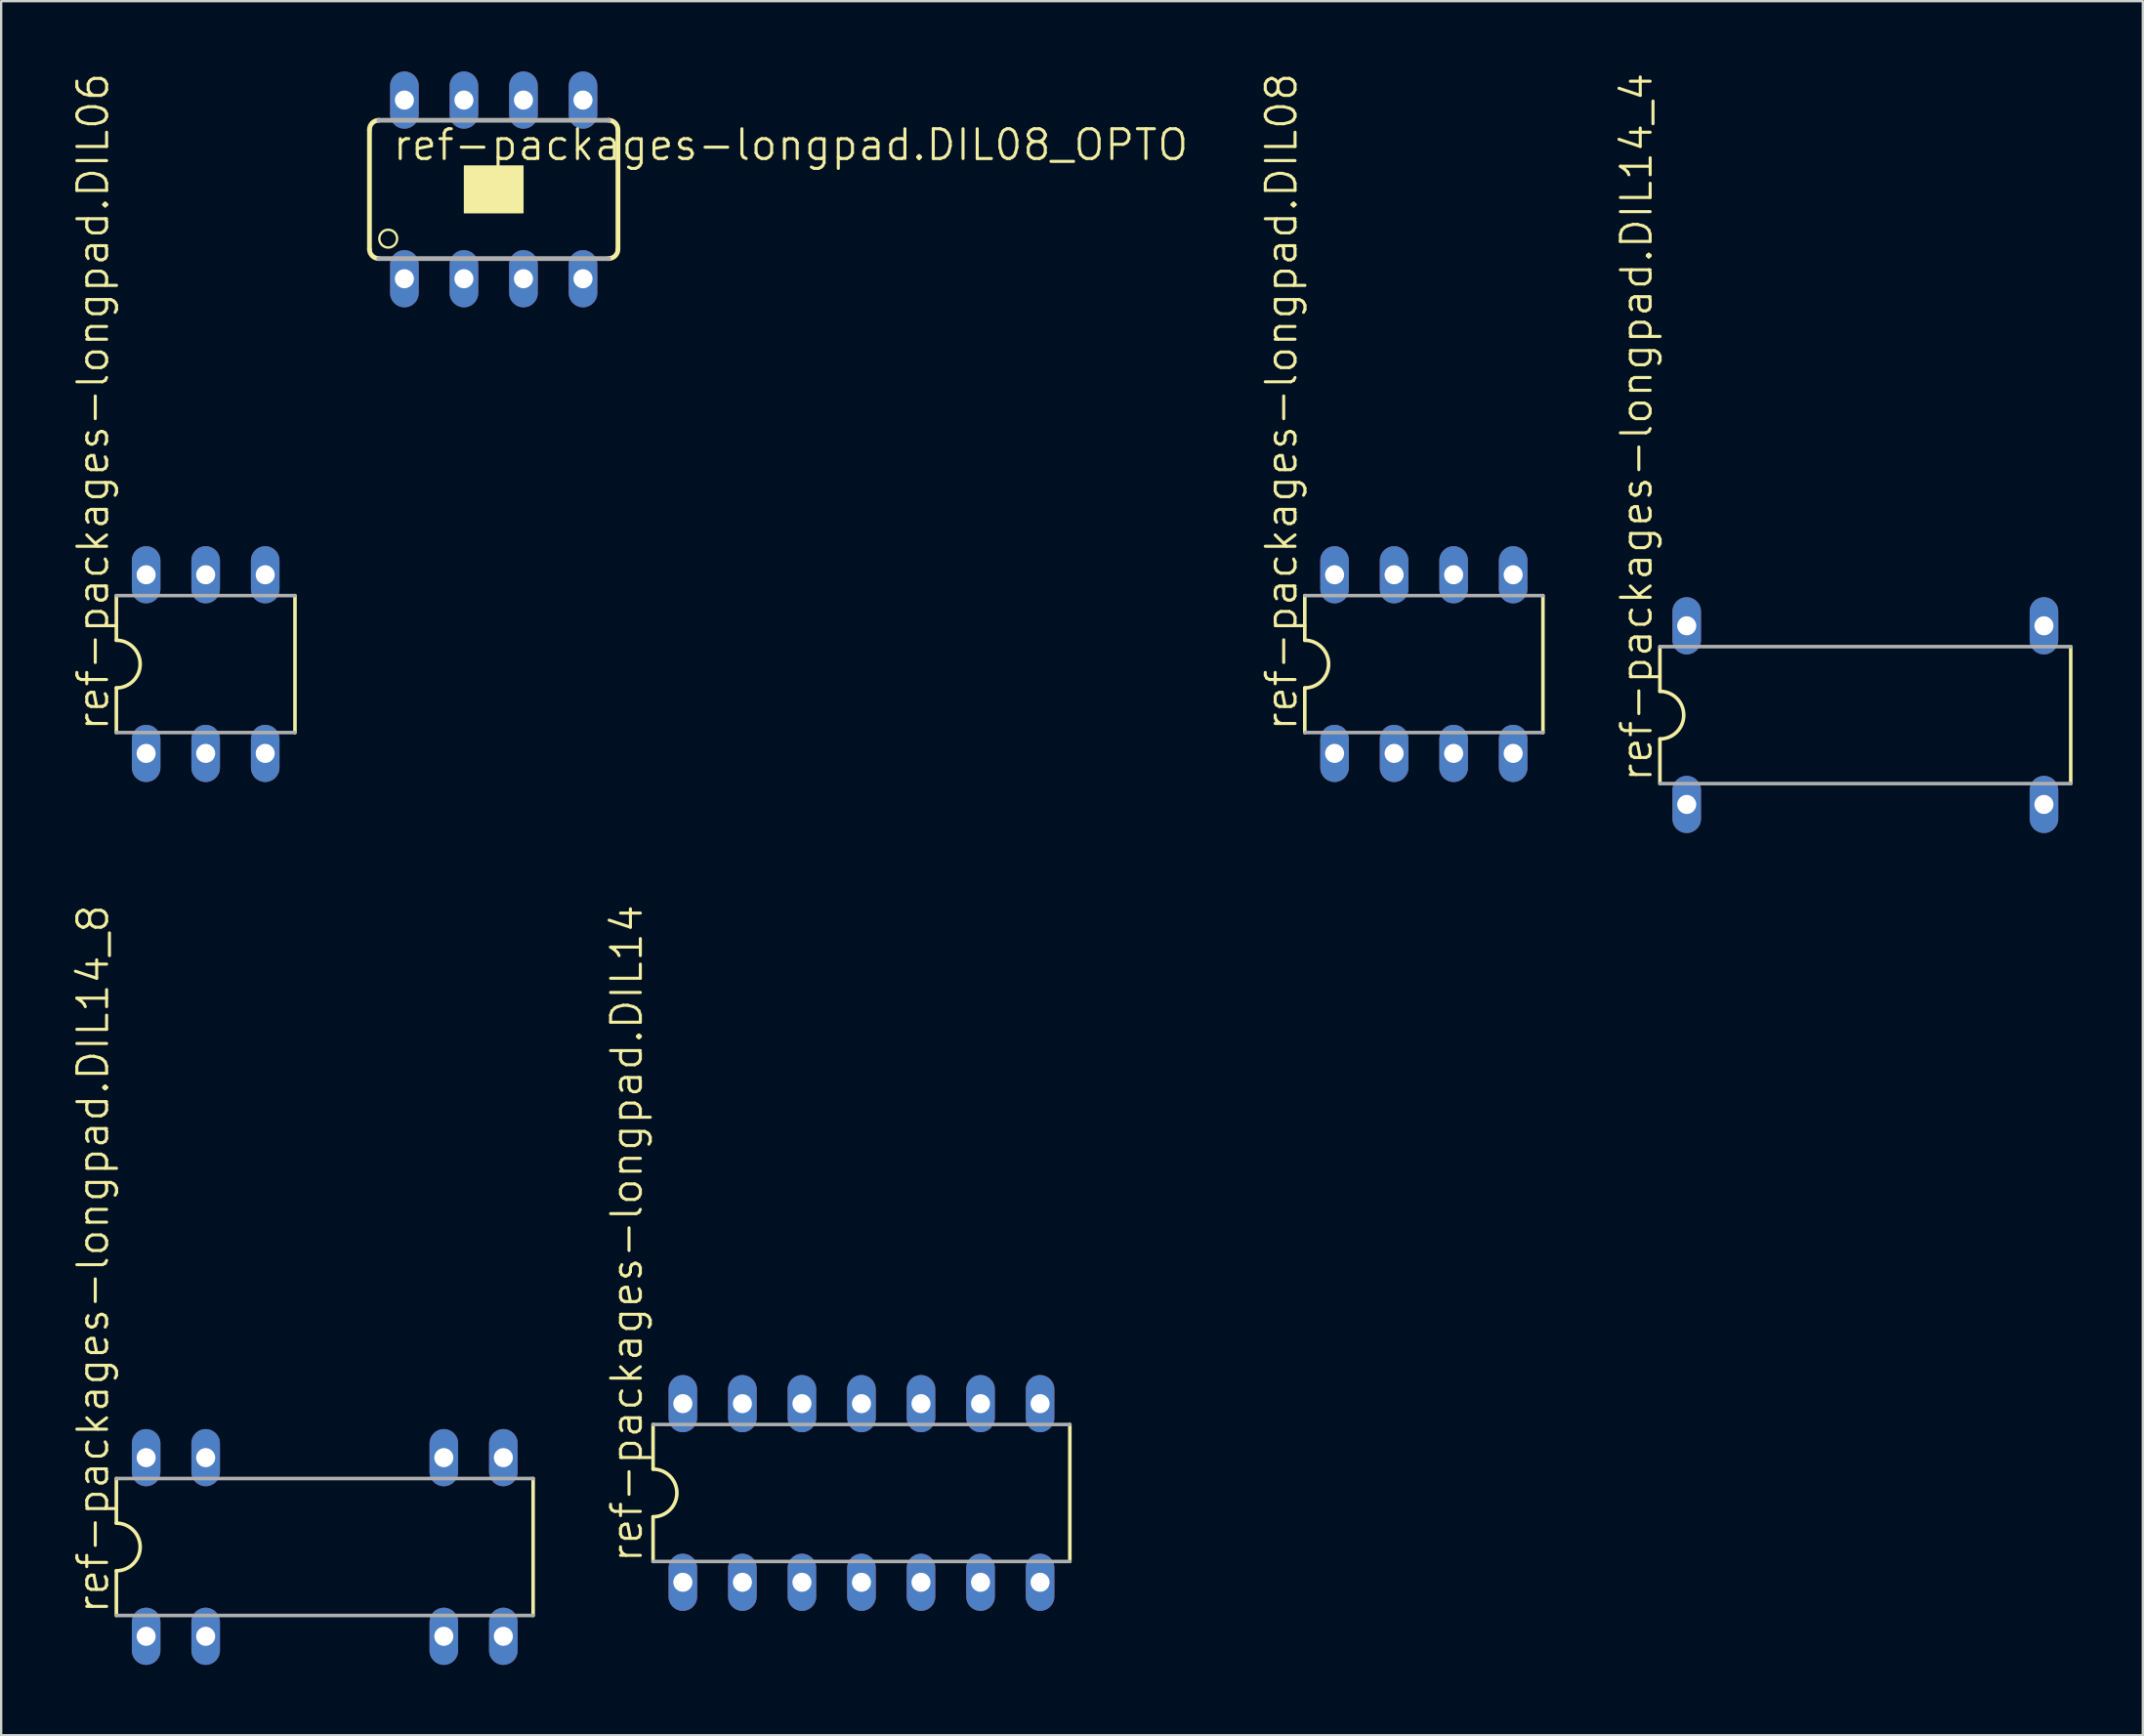
<source format=kicad_pcb>
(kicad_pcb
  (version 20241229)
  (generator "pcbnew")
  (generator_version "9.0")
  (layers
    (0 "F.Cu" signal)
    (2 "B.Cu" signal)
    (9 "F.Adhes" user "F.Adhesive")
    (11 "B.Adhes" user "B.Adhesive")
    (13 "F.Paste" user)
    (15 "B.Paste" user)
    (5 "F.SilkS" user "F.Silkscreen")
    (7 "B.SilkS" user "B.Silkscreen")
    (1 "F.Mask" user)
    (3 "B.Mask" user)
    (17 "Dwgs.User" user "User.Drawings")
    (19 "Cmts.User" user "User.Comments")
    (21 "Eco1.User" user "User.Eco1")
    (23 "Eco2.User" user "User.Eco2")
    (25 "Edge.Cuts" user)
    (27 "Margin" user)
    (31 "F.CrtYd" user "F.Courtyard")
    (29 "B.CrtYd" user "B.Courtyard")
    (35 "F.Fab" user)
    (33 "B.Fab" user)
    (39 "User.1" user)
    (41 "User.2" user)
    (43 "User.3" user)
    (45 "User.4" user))
  (footprint "ref-packages-longpad.DIL08"
    (layer "F.Cu")
    (at 57.694 25.276)
    (property "Reference" "ref-packages-longpad.DIL08" (at -5.334 2.921 90) (layer "F.SilkS") (effects (font (size 1.27 1.27) (thickness 0.13)) (justify left bottom)))
    (attr through_hole)
    (fp_line (start -5.08 -2.921) (end -5.08 -1.016) (stroke (width 0.152) (type default)) (layer "F.SilkS"))
    (fp_line (start -5.08 2.921) (end -5.08 1.016) (stroke (width 0.152) (type default)) (layer "F.SilkS"))
    (fp_line (start 5.08 -2.921) (end 5.08 2.921) (stroke (width 0.152) (type default)) (layer "F.SilkS"))
    (fp_arc (start -5.08 -1.016) (mid -4.064 0) (end -5.08 1.016) (stroke (width 0.1524) (type default)) (layer "F.SilkS"))
    (fp_line (start -5.08 2.921) (end 5.08 2.921) (stroke (width 0.152) (type default)) (layer "F.Fab"))
    (fp_line (start 5.08 -2.921) (end -5.08 -2.921) (stroke (width 0.152) (type default)) (layer "F.Fab"))
    (pad "1" thru_hole oval (at -3.81 3.81 90) (size 2.438 1.219) (drill 0.813) (layers "*.Cu" "*.Mask"))
    (pad "2" thru_hole oval (at -1.27 3.81 90) (size 2.438 1.219) (drill 0.813) (layers "*.Cu" "*.Mask"))
    (pad "3" thru_hole oval (at 1.27 3.81 90) (size 2.438 1.219) (drill 0.813) (layers "*.Cu" "*.Mask"))
    (pad "4" thru_hole oval (at 3.81 3.81 90) (size 2.438 1.219) (drill 0.813) (layers "*.Cu" "*.Mask"))
    (pad "5" thru_hole oval (at 3.81 -3.81 90) (size 2.438 1.219) (drill 0.813) (layers "*.Cu" "*.Mask"))
    (pad "6" thru_hole oval (at 1.27 -3.81 90) (size 2.438 1.219) (drill 0.813) (layers "*.Cu" "*.Mask"))
    (pad "7" thru_hole oval (at -1.27 -3.81 90) (size 2.438 1.219) (drill 0.813) (layers "*.Cu" "*.Mask"))
    (pad "8" thru_hole oval (at -3.81 -3.81 90) (size 2.438 1.219) (drill 0.813) (layers "*.Cu" "*.Mask")))
  (footprint "ref-packages-longpad.DIL06"
    (layer "F.Cu")
    (at 5.724 25.276)
    (property "Reference" "ref-packages-longpad.DIL06" (at -4.064 2.921 90) (layer "F.SilkS") (effects (font (size 1.27 1.27) (thickness 0.13)) (justify left bottom)))
    (attr through_hole)
    (fp_line (start -3.81 -2.921) (end -3.81 -1.016) (stroke (width 0.152) (type default)) (layer "F.SilkS"))
    (fp_line (start -3.81 2.921) (end -3.81 1.016) (stroke (width 0.152) (type default)) (layer "F.SilkS"))
    (fp_line (start 3.81 -2.921) (end 3.81 2.921) (stroke (width 0.152) (type default)) (layer "F.SilkS"))
    (fp_arc (start -3.81 -1.016) (mid -2.794 0) (end -3.81 1.016) (stroke (width 0.1524) (type default)) (layer "F.SilkS"))
    (fp_line (start -3.81 2.921) (end 3.81 2.921) (stroke (width 0.152) (type default)) (layer "F.Fab"))
    (fp_line (start 3.81 -2.921) (end -3.81 -2.921) (stroke (width 0.152) (type default)) (layer "F.Fab"))
    (pad "1" thru_hole oval (at -2.54 3.81 90) (size 2.438 1.219) (drill 0.813) (layers "*.Cu" "*.Mask"))
    (pad "2" thru_hole oval (at 0 3.81 90) (size 2.438 1.219) (drill 0.813) (layers "*.Cu" "*.Mask"))
    (pad "3" thru_hole oval (at 2.54 3.81 90) (size 2.438 1.219) (drill 0.813) (layers "*.Cu" "*.Mask"))
    (pad "4" thru_hole oval (at 2.54 -3.81 90) (size 2.438 1.219) (drill 0.813) (layers "*.Cu" "*.Mask"))
    (pad "5" thru_hole oval (at 0 -3.81 90) (size 2.438 1.219) (drill 0.813) (layers "*.Cu" "*.Mask"))
    (pad "6" thru_hole oval (at -2.54 -3.81 90) (size 2.438 1.219) (drill 0.813) (layers "*.Cu" "*.Mask")))
  (footprint "ref-packages-longpad.DIL08_OPTO"
    (layer "F.Cu")
    (at 18.012 5.029)
    (property "Reference" "ref-packages-longpad.DIL08_OPTO" (at -4.375 -1.156 0) (layer "F.SilkS") (effects (font (size 1.27 1.27) (thickness 0.13)) (justify left bottom)))
    (attr through_hole)
    (fp_line (start -5.3 -2.55) (end -5.3 2.55) (stroke (width 0.203) (type default)) (layer "F.SilkS"))
    (fp_line (start 5.3 2.55) (end 5.3 -2.55) (stroke (width 0.203) (type default)) (layer "F.SilkS"))
    (fp_rect (start -1.25 1) (end 1.25 -1) (stroke (width 0.05) (type default)) (fill yes) (layer "F.SilkS"))
    (fp_arc (start -5.3 -2.55) (mid -5.182843 -2.832843) (end -4.9 -2.95) (stroke (width 0.2032) (type default)) (layer "F.SilkS"))
    (fp_arc (start -4.9 2.95) (mid -5.182843 2.832843) (end -5.3 2.55) (stroke (width 0.2032) (type default)) (layer "F.SilkS"))
    (fp_arc (start 4.9 -2.95) (mid 5.182843 -2.832843) (end 5.3 -2.55) (stroke (width 0.2032) (type default)) (layer "F.SilkS"))
    (fp_arc (start 5.3 2.55) (mid 5.182843 2.832843) (end 4.9 2.95) (stroke (width 0.2032) (type default)) (layer "F.SilkS"))
    (fp_circle (center -4.5 2.1) (end -4.12 2.1) (stroke (width 0.1) (type default)) (fill no) (layer "F.SilkS"))
    (fp_circle (center 0 0.05) (end 0.01 0.05) (stroke (width 0.1) (type default)) (fill no) (layer "F.SilkS"))
    (fp_line (start -4.9 2.95) (end 4.9 2.95) (stroke (width 0.203) (type default)) (layer "F.Fab"))
    (fp_line (start 4.9 -2.95) (end -4.9 -2.95) (stroke (width 0.203) (type default)) (layer "F.Fab"))
    (pad "1" thru_hole oval (at -3.81 3.81 90) (size 2.438 1.219) (drill 0.813) (layers "*.Cu" "*.Mask"))
    (pad "2" thru_hole oval (at -1.27 3.81 90) (size 2.438 1.219) (drill 0.813) (layers "*.Cu" "*.Mask"))
    (pad "3" thru_hole oval (at 1.27 3.81 90) (size 2.438 1.219) (drill 0.813) (layers "*.Cu" "*.Mask"))
    (pad "4" thru_hole oval (at 3.81 3.81 90) (size 2.438 1.219) (drill 0.813) (layers "*.Cu" "*.Mask"))
    (pad "5" thru_hole oval (at 3.81 -3.81 90) (size 2.438 1.219) (drill 0.813) (layers "*.Cu" "*.Mask"))
    (pad "6" thru_hole oval (at 1.27 -3.81 90) (size 2.438 1.219) (drill 0.813) (layers "*.Cu" "*.Mask"))
    (pad "7" thru_hole oval (at -1.27 -3.81 90) (size 2.438 1.219) (drill 0.813) (layers "*.Cu" "*.Mask"))
    (pad "8" thru_hole oval (at -3.81 -3.81 90) (size 2.438 1.219) (drill 0.813) (layers "*.Cu" "*.Mask")))
  (footprint "ref-packages-longpad.DIL14"
    (layer "F.Cu")
    (at 33.701 60.631)
    (property "Reference" "ref-packages-longpad.DIL14" (at -9.271 3.048 90) (layer "F.SilkS") (effects (font (size 1.27 1.27) (thickness 0.13)) (justify left bottom)))
    (attr through_hole)
    (fp_line (start -8.89 -2.921) (end -8.89 -1.016) (stroke (width 0.152) (type default)) (layer "F.SilkS"))
    (fp_line (start -8.89 2.921) (end -8.89 1.016) (stroke (width 0.152) (type default)) (layer "F.SilkS"))
    (fp_line (start 8.89 -2.921) (end 8.89 2.921) (stroke (width 0.152) (type default)) (layer "F.SilkS"))
    (fp_arc (start -8.89 -1.016) (mid -7.874 0) (end -8.89 1.016) (stroke (width 0.1524) (type default)) (layer "F.SilkS"))
    (fp_line (start -8.89 2.921) (end 8.89 2.921) (stroke (width 0.152) (type default)) (layer "F.Fab"))
    (fp_line (start 8.89 -2.921) (end -8.89 -2.921) (stroke (width 0.152) (type default)) (layer "F.Fab"))
    (pad "1" thru_hole oval (at -7.62 3.81 90) (size 2.438 1.219) (drill 0.813) (layers "*.Cu" "*.Mask"))
    (pad "2" thru_hole oval (at -5.08 3.81 90) (size 2.438 1.219) (drill 0.813) (layers "*.Cu" "*.Mask"))
    (pad "3" thru_hole oval (at -2.54 3.81 90) (size 2.438 1.219) (drill 0.813) (layers "*.Cu" "*.Mask"))
    (pad "4" thru_hole oval (at 0 3.81 90) (size 2.438 1.219) (drill 0.813) (layers "*.Cu" "*.Mask"))
    (pad "5" thru_hole oval (at 2.54 3.81 90) (size 2.438 1.219) (drill 0.813) (layers "*.Cu" "*.Mask"))
    (pad "6" thru_hole oval (at 5.08 3.81 90) (size 2.438 1.219) (drill 0.813) (layers "*.Cu" "*.Mask"))
    (pad "7" thru_hole oval (at 7.62 3.81 90) (size 2.438 1.219) (drill 0.813) (layers "*.Cu" "*.Mask"))
    (pad "8" thru_hole oval (at 7.62 -3.81 90) (size 2.438 1.219) (drill 0.813) (layers "*.Cu" "*.Mask"))
    (pad "9" thru_hole oval (at 5.08 -3.81 90) (size 2.438 1.219) (drill 0.813) (layers "*.Cu" "*.Mask"))
    (pad "10" thru_hole oval (at 2.54 -3.81 90) (size 2.438 1.219) (drill 0.813) (layers "*.Cu" "*.Mask"))
    (pad "11" thru_hole oval (at 0 -3.81 90) (size 2.438 1.219) (drill 0.813) (layers "*.Cu" "*.Mask"))
    (pad "12" thru_hole oval (at -2.54 -3.81 90) (size 2.438 1.219) (drill 0.813) (layers "*.Cu" "*.Mask"))
    (pad "13" thru_hole oval (at -5.08 -3.81 90) (size 2.438 1.219) (drill 0.813) (layers "*.Cu" "*.Mask"))
    (pad "14" thru_hole oval (at -7.62 -3.81 90) (size 2.438 1.219) (drill 0.813) (layers "*.Cu" "*.Mask")))
  (footprint "ref-packages-longpad.DIL14_4"
    (layer "F.Cu")
    (at 76.527 27.453)
    (property "Reference" "ref-packages-longpad.DIL14_4" (at -9.017 2.921 90) (layer "F.SilkS") (effects (font (size 1.27 1.27) (thickness 0.13)) (justify left bottom)))
    (attr through_hole)
    (fp_line (start -8.763 -2.921) (end -8.763 -1.016) (stroke (width 0.152) (type default)) (layer "F.SilkS"))
    (fp_line (start -8.763 2.921) (end -8.763 1.016) (stroke (width 0.152) (type default)) (layer "F.SilkS"))
    (fp_line (start 8.763 -2.921) (end 8.763 2.921) (stroke (width 0.152) (type default)) (layer "F.SilkS"))
    (fp_arc (start -8.763 -1.016) (mid -7.747 0) (end -8.763 1.016) (stroke (width 0.1524) (type default)) (layer "F.SilkS"))
    (fp_line (start -8.763 2.921) (end 8.763 2.921) (stroke (width 0.152) (type default)) (layer "F.Fab"))
    (fp_line (start 8.763 -2.921) (end -8.763 -2.921) (stroke (width 0.152) (type default)) (layer "F.Fab"))
    (pad "1" thru_hole oval (at -7.62 3.81 90) (size 2.438 1.219) (drill 0.813) (layers "*.Cu" "*.Mask"))
    (pad "7" thru_hole oval (at 7.62 3.81 90) (size 2.438 1.219) (drill 0.813) (layers "*.Cu" "*.Mask"))
    (pad "8" thru_hole oval (at 7.62 -3.81 90) (size 2.438 1.219) (drill 0.813) (layers "*.Cu" "*.Mask"))
    (pad "14" thru_hole oval (at -7.62 -3.81 90) (size 2.438 1.219) (drill 0.813) (layers "*.Cu" "*.Mask")))
  (footprint "ref-packages-longpad.DIL14_8"
    (layer "F.Cu")
    (at 10.804 62.935)
    (property "Reference" "ref-packages-longpad.DIL14_8" (at -9.144 2.921 90) (layer "F.SilkS") (effects (font (size 1.27 1.27) (thickness 0.13)) (justify left bottom)))
    (attr through_hole)
    (fp_line (start -8.89 -2.921) (end -8.89 -1.016) (stroke (width 0.152) (type default)) (layer "F.SilkS"))
    (fp_line (start -8.89 2.921) (end -8.89 1.016) (stroke (width 0.152) (type default)) (layer "F.SilkS"))
    (fp_line (start 8.89 -2.921) (end 8.89 2.921) (stroke (width 0.152) (type default)) (layer "F.SilkS"))
    (fp_arc (start -8.89 -1.016) (mid -7.874 0) (end -8.89 1.016) (stroke (width 0.1524) (type default)) (layer "F.SilkS"))
    (fp_line (start -8.89 2.921) (end 8.89 2.921) (stroke (width 0.152) (type default)) (layer "F.Fab"))
    (fp_line (start 8.89 -2.921) (end -8.89 -2.921) (stroke (width 0.152) (type default)) (layer "F.Fab"))
    (pad "1" thru_hole oval (at -7.62 3.81 90) (size 2.438 1.219) (drill 0.813) (layers "*.Cu" "*.Mask"))
    (pad "2" thru_hole oval (at -5.08 3.81 90) (size 2.438 1.219) (drill 0.813) (layers "*.Cu" "*.Mask"))
    (pad "6" thru_hole oval (at 5.08 3.81 90) (size 2.438 1.219) (drill 0.813) (layers "*.Cu" "*.Mask"))
    (pad "7" thru_hole oval (at 7.62 3.81 90) (size 2.438 1.219) (drill 0.813) (layers "*.Cu" "*.Mask"))
    (pad "8" thru_hole oval (at 7.62 -3.81 90) (size 2.438 1.219) (drill 0.813) (layers "*.Cu" "*.Mask"))
    (pad "9" thru_hole oval (at 5.08 -3.81 90) (size 2.438 1.219) (drill 0.813) (layers "*.Cu" "*.Mask"))
    (pad "13" thru_hole oval (at -5.08 -3.81 90) (size 2.438 1.219) (drill 0.813) (layers "*.Cu" "*.Mask"))
    (pad "14" thru_hole oval (at -7.62 -3.81 90) (size 2.438 1.219) (drill 0.813) (layers "*.Cu" "*.Mask")))
  (gr_rect
    (start -3 -3)
    (end 88.366 70.965)
    (stroke (width 0.1) (type default))
    (fill no)
    (layer "Edge.Cuts")))
</source>
